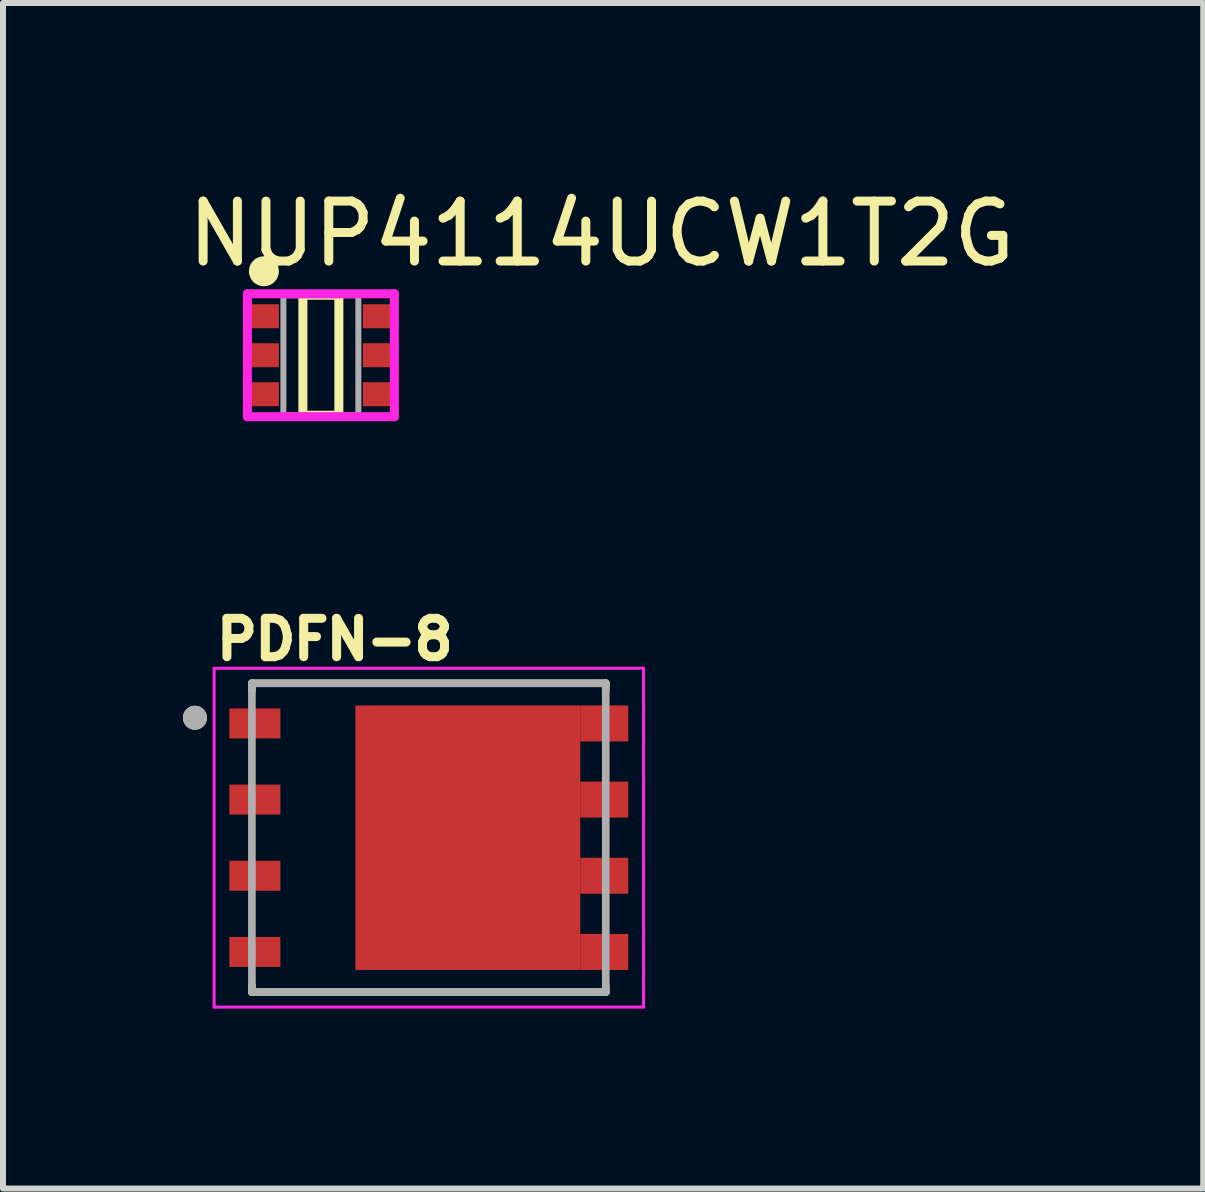
<source format=kicad_pcb>
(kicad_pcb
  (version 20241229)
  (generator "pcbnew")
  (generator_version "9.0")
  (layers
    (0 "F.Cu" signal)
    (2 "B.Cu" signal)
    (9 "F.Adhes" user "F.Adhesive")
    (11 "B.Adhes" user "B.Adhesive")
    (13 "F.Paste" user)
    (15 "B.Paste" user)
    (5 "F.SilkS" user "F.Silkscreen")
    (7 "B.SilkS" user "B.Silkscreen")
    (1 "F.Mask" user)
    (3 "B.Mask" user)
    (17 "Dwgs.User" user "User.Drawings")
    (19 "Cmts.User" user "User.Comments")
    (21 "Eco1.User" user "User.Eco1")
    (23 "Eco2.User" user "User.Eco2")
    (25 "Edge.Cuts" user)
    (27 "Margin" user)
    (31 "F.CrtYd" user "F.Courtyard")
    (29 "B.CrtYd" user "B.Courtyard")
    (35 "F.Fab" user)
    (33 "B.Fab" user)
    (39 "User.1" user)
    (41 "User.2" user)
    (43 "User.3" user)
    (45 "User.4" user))
  (footprint "NUP4114UCW1T2G"
    (layer "F.Cu")
    (at 2.3 2.873)
    (property "Reference" "NUP4114UCW1T2G" (at -2.3 -2.025 0) (layer "F.SilkS") (effects (font (size 1 1) (thickness 0.15)) (justify left)))
    (attr through_hole)
    (fp_line (start -0.3 -1) (end 0.3 -1) (stroke (width 0.15) (type solid)) (layer "F.SilkS"))
    (fp_line (start -0.3 1) (end -0.3 -1) (stroke (width 0.15) (type solid)) (layer "F.SilkS"))
    (fp_line (start -0.3 1) (end 0.3 1) (stroke (width 0.15) (type solid)) (layer "F.SilkS"))
    (fp_line (start 0.3 1) (end 0.3 -1) (stroke (width 0.15) (type solid)) (layer "F.SilkS"))
    (fp_circle (center -0.95 -1.4) (end -0.825 -1.4) (stroke (width 0.25) (type solid)) (fill no) (layer "F.SilkS"))
    (fp_line (start -1.225 -1.025) (end -1.225 1.025) (stroke (width 0.15) (type solid)) (layer "F.CrtYd"))
    (fp_line (start -1.225 1.025) (end 1.225 1.025) (stroke (width 0.15) (type solid)) (layer "F.CrtYd"))
    (fp_line (start 1.225 -1.025) (end -1.225 -1.025) (stroke (width 0.15) (type solid)) (layer "F.CrtYd"))
    (fp_line (start 1.225 -1.025) (end 1.225 -1.025) (stroke (width 0.15) (type solid)) (layer "F.CrtYd"))
    (fp_line (start 1.225 1.025) (end 1.225 -1.025) (stroke (width 0.15) (type solid)) (layer "F.CrtYd"))
    (fp_line (start -0.625 -1) (end 0.625 -1) (stroke (width 0.1) (type solid)) (layer "F.Fab"))
    (fp_line (start -0.625 1) (end -0.625 -1) (stroke (width 0.1) (type solid)) (layer "F.Fab"))
    (fp_line (start -0.625 1) (end 0.625 1) (stroke (width 0.1) (type solid)) (layer "F.Fab"))
    (fp_line (start 0.625 1) (end 0.625 -1) (stroke (width 0.1) (type solid)) (layer "F.Fab"))
    (pad "1" smd rect (at -0.95 -0.65 270) (size 0.4 0.5) (layers "F.Cu" "F.Mask" "F.Paste"))
    (pad "2" smd rect (at -0.95 -0.000001 270) (size 0.4 0.5) (layers "F.Cu" "F.Mask" "F.Paste"))
    (pad "3" smd rect (at -0.95 0.65 270) (size 0.4 0.5) (layers "F.Cu" "F.Mask" "F.Paste"))
    (pad "4" smd rect (at 0.95 0.65 270) (size 0.4 0.5) (layers "F.Cu" "F.Mask" "F.Paste"))
    (pad "5" smd rect (at 0.95 -0.000001 270) (size 0.4 0.5) (layers "F.Cu" "F.Mask" "F.Paste"))
    (pad "6" smd rect (at 0.95 -0.65 270) (size 0.4 0.5) (layers "F.Cu" "F.Mask" "F.Paste")))
  (footprint "PDFN-8"
    (layer "F.Cu")
    (at 4.1 10.917)
    (property "Reference" "PDFN-8" (at -1.568 -3.306 0) (layer "F.SilkS") (effects (font (size 0.64 0.64) (thickness 0.15))))
    (attr through_hole)
    (fp_line (start -2.95 -2.575) (end -2.95 -2.46) (stroke (width 0.127) (type solid)) (layer "F.SilkS"))
    (fp_line (start -2.95 2.46) (end -2.95 2.575) (stroke (width 0.127) (type solid)) (layer "F.SilkS"))
    (fp_line (start -2.95 2.575) (end 2.95 2.575) (stroke (width 0.127) (type solid)) (layer "F.SilkS"))
    (fp_line (start 2.95 -2.575) (end -2.95 -2.575) (stroke (width 0.127) (type solid)) (layer "F.SilkS"))
    (fp_line (start 2.95 -2.46) (end 2.95 -2.575) (stroke (width 0.127) (type solid)) (layer "F.SilkS"))
    (fp_line (start 2.95 2.575) (end 2.95 2.46) (stroke (width 0.127) (type solid)) (layer "F.SilkS"))
    (fp_circle (center -3.9 -2) (end -3.8 -2) (stroke (width 0.2) (type solid)) (fill no) (layer "F.SilkS"))
    (fp_poly (pts (xy -3.1 -2.28) (xy -2.7 -2.28) (xy -2.7 -1.53) (xy -3.1 -1.53)) (stroke (width 0.01) (type solid)) (fill yes) (layer "F.Paste"))
    (fp_poly (pts (xy -3.1 -1.01) (xy -2.7 -1.01) (xy -2.7 -0.26) (xy -3.1 -0.26)) (stroke (width 0.01) (type solid)) (fill yes) (layer "F.Paste"))
    (fp_poly (pts (xy -3.1 0.26) (xy -2.7 0.26) (xy -2.7 1.01) (xy -3.1 1.01)) (stroke (width 0.01) (type solid)) (fill yes) (layer "F.Paste"))
    (fp_poly (pts (xy -3.1 1.53) (xy -2.7 1.53) (xy -2.7 2.28) (xy -3.1 2.28)) (stroke (width 0.01) (type solid)) (fill yes) (layer "F.Paste"))
    (fp_poly (pts (xy -0.95 -1.6) (xy 0.55 -1.6) (xy 0.55 -0.1) (xy -0.95 -0.1)) (stroke (width 0.01) (type solid)) (fill yes) (layer "F.Paste"))
    (fp_poly (pts (xy -0.95 0.1) (xy 0.55 0.1) (xy 0.55 1.6) (xy -0.95 1.6)) (stroke (width 0.01) (type solid)) (fill yes) (layer "F.Paste"))
    (fp_poly (pts (xy 0.75 -1.6) (xy 2.25 -1.6) (xy 2.25 -0.1) (xy 0.75 -0.1)) (stroke (width 0.01) (type solid)) (fill yes) (layer "F.Paste"))
    (fp_poly (pts (xy 0.75 0.1) (xy 2.25 0.1) (xy 2.25 1.6) (xy 0.75 1.6)) (stroke (width 0.01) (type solid)) (fill yes) (layer "F.Paste"))
    (fp_poly (pts (xy 2.655 -2.28) (xy 3.155 -2.28) (xy 3.155 -1.53) (xy 2.655 -1.53)) (stroke (width 0.01) (type solid)) (fill yes) (layer "F.Paste"))
    (fp_poly (pts (xy 2.655 -1.01) (xy 3.155 -1.01) (xy 3.155 -0.26) (xy 2.655 -0.26)) (stroke (width 0.01) (type solid)) (fill yes) (layer "F.Paste"))
    (fp_poly (pts (xy 2.655 0.26) (xy 3.155 0.26) (xy 3.155 1.01) (xy 2.655 1.01)) (stroke (width 0.01) (type solid)) (fill yes) (layer "F.Paste"))
    (fp_poly (pts (xy 2.655 1.53) (xy 3.155 1.53) (xy 3.155 2.28) (xy 2.655 2.28)) (stroke (width 0.01) (type solid)) (fill yes) (layer "F.Paste"))
    (fp_line (start -3.58 -2.825) (end 3.58 -2.825) (stroke (width 0.05) (type solid)) (layer "F.CrtYd"))
    (fp_line (start -3.58 2.825) (end -3.58 -2.825) (stroke (width 0.05) (type solid)) (layer "F.CrtYd"))
    (fp_line (start 3.58 -2.825) (end 3.58 2.825) (stroke (width 0.05) (type solid)) (layer "F.CrtYd"))
    (fp_line (start 3.58 2.825) (end -3.58 2.825) (stroke (width 0.05) (type solid)) (layer "F.CrtYd"))
    (fp_line (start -2.95 -2.575) (end 2.95 -2.575) (stroke (width 0.127) (type solid)) (layer "F.Fab"))
    (fp_line (start -2.95 2.575) (end -2.95 -2.575) (stroke (width 0.127) (type solid)) (layer "F.Fab"))
    (fp_line (start 2.95 -2.575) (end 2.95 2.575) (stroke (width 0.127) (type solid)) (layer "F.Fab"))
    (fp_line (start 2.95 2.575) (end -2.95 2.575) (stroke (width 0.127) (type solid)) (layer "F.Fab"))
    (fp_circle (center -3.9 -2) (end -3.8 -2) (stroke (width 0.2) (type solid)) (fill no) (layer "F.Fab"))
    (pad "1" smd rect (at -2.9 -1.905) (size 0.85 0.5) (layers "F.Cu" "F.Mask"))
    (pad "2" smd rect (at -2.9 -0.635) (size 0.85 0.5) (layers "F.Cu" "F.Mask"))
    (pad "3" smd rect (at -2.9 0.635) (size 0.85 0.5) (layers "F.Cu" "F.Mask"))
    (pad "4" smd rect (at -2.9 1.905) (size 0.85 0.5) (layers "F.Cu" "F.Mask"))
    (pad "5" smd rect (at 0.65 0) (size 3.75 4.41) (layers "F.Cu" "F.Mask"))
    (pad "5" smd rect (at 2.925 1.905) (size 0.8 0.6) (layers "F.Cu" "F.Mask"))
    (pad "6" smd rect (at 2.925 0.635) (size 0.8 0.6) (layers "F.Cu" "F.Mask"))
    (pad "7" smd rect (at 2.925 -0.635) (size 0.8 0.6) (layers "F.Cu" "F.Mask"))
    (pad "8" smd rect (at 2.925 -1.905) (size 0.8 0.6) (layers "F.Cu" "F.Mask")))
  (gr_rect
    (start -3 -3)
    (end 17.012 16.767)
    (stroke (width 0.1) (type default))
    (fill no)
    (layer "Edge.Cuts")))
</source>
